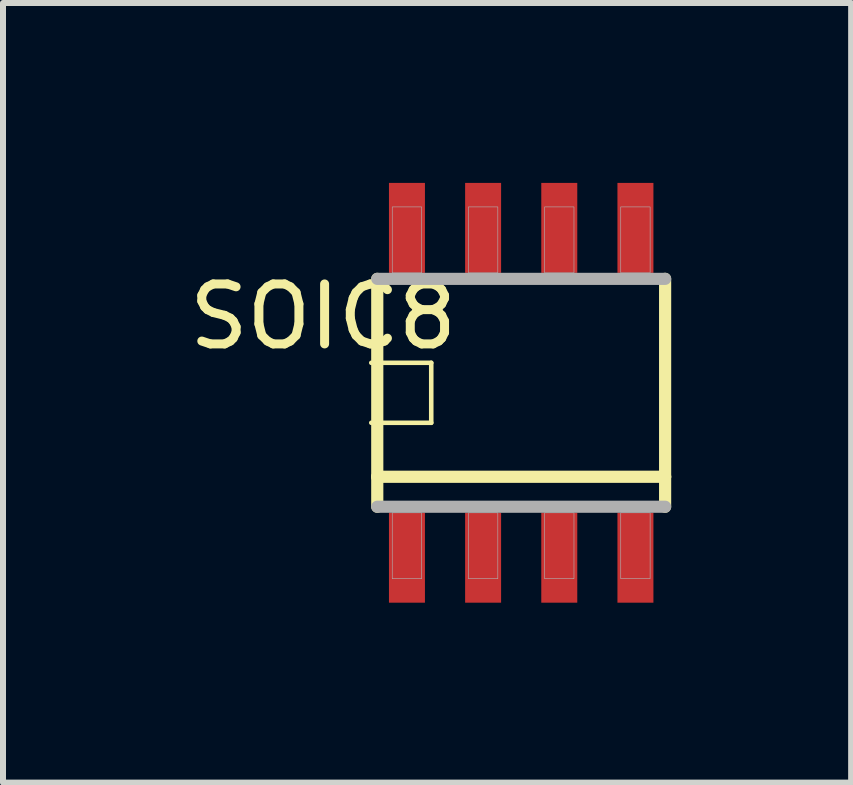
<source format=kicad_pcb>
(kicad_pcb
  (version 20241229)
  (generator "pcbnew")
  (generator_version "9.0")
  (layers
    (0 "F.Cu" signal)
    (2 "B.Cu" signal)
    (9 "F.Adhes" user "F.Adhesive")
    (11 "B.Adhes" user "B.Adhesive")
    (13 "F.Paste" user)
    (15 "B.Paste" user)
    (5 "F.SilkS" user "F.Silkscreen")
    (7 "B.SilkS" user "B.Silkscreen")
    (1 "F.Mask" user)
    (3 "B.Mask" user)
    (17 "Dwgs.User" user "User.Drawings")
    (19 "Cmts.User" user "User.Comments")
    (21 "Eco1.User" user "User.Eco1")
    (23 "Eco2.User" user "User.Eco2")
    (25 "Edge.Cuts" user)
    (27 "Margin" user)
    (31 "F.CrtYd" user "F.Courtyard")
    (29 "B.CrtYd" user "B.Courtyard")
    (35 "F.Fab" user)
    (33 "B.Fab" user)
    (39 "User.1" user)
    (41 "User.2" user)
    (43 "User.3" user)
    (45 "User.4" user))
  (footprint "SOIC8"
    (layer "F.Cu")
    (at 5.641 3.5)
    (property "Reference" "SOIC8" (at -3.302 -1.27 180) (layer "F.SilkS") (effects (font (size 1 1) (thickness 0.15))))
    (attr smd)
    (fp_line (start -2.5 0.5) (end -1.5 0.5) (stroke (width 0.076) (type solid)) (layer "F.SilkS"))
    (fp_line (start -2.4 1.4) (end -2.4 -1.9) (stroke (width 0.203) (type solid)) (layer "F.SilkS"))
    (fp_line (start -2.4 1.9) (end -2.4 1.4) (stroke (width 0.203) (type solid)) (layer "F.SilkS"))
    (fp_line (start -1.5 -0.5) (end -2.5 -0.5) (stroke (width 0.076) (type solid)) (layer "F.SilkS"))
    (fp_line (start -1.5 0.5) (end -1.5 -0.5) (stroke (width 0.076) (type solid)) (layer "F.SilkS"))
    (fp_line (start 2.4 -1.9) (end 2.4 1.4) (stroke (width 0.203) (type solid)) (layer "F.SilkS"))
    (fp_line (start 2.4 1.4) (end -2.4 1.4) (stroke (width 0.203) (type solid)) (layer "F.SilkS"))
    (fp_line (start 2.4 1.4) (end 2.4 1.9) (stroke (width 0.203) (type solid)) (layer "F.SilkS"))
    (fp_line (start -2.4 -1.9) (end 2.4 -1.9) (stroke (width 0.203) (type solid)) (layer "F.Fab"))
    (fp_line (start 2.4 1.9) (end -2.4 1.9) (stroke (width 0.203) (type solid)) (layer "F.Fab"))
    (fp_poly (pts (xy -2.15 -3.1) (xy -1.66 -3.1) (xy -1.66 -2) (xy -2.15 -2)) (stroke (width 0.01) (type solid)) (fill no) (layer "F.Fab"))
    (fp_poly (pts (xy -2.15 2) (xy -1.66 2) (xy -1.66 3.1) (xy -2.15 3.1)) (stroke (width 0.01) (type solid)) (fill no) (layer "F.Fab"))
    (fp_poly (pts (xy -0.88 -3.1) (xy -0.39 -3.1) (xy -0.39 -2) (xy -0.88 -2)) (stroke (width 0.01) (type solid)) (fill no) (layer "F.Fab"))
    (fp_poly (pts (xy -0.88 2) (xy -0.39 2) (xy -0.39 3.1) (xy -0.88 3.1)) (stroke (width 0.01) (type solid)) (fill no) (layer "F.Fab"))
    (fp_poly (pts (xy 0.39 -3.1) (xy 0.88 -3.1) (xy 0.88 -2) (xy 0.39 -2)) (stroke (width 0.01) (type solid)) (fill no) (layer "F.Fab"))
    (fp_poly (pts (xy 0.39 2) (xy 0.88 2) (xy 0.88 3.1) (xy 0.39 3.1)) (stroke (width 0.01) (type solid)) (fill no) (layer "F.Fab"))
    (fp_poly (pts (xy 1.66 -3.1) (xy 2.15 -3.1) (xy 2.15 -2) (xy 1.66 -2)) (stroke (width 0.01) (type solid)) (fill no) (layer "F.Fab"))
    (fp_poly (pts (xy 1.66 2) (xy 2.15 2) (xy 2.15 3.1) (xy 1.66 3.1)) (stroke (width 0.01) (type solid)) (fill no) (layer "F.Fab"))
    (pad "1" smd rect (at -1.905 2.75) (size 0.6 1.5) (layers "F.Cu" "F.Mask" "F.Paste"))
    (pad "2" smd rect (at -0.635 2.75) (size 0.6 1.5) (layers "F.Cu" "F.Mask" "F.Paste"))
    (pad "3" smd rect (at 0.635 2.75) (size 0.6 1.5) (layers "F.Cu" "F.Mask" "F.Paste"))
    (pad "4" smd rect (at 1.905 2.75) (size 0.6 1.5) (layers "F.Cu" "F.Mask" "F.Paste"))
    (pad "5" smd rect (at 1.905 -2.75) (size 0.6 1.5) (layers "F.Cu" "F.Mask" "F.Paste"))
    (pad "6" smd rect (at 0.635 -2.75) (size 0.6 1.5) (layers "F.Cu" "F.Mask" "F.Paste"))
    (pad "7" smd rect (at -0.635 -2.75) (size 0.6 1.5) (layers "F.Cu" "F.Mask" "F.Paste"))
    (pad "8" smd rect (at -1.905 -2.75) (size 0.6 1.5) (layers "F.Cu" "F.Mask" "F.Paste")))
  (gr_rect
    (start -3 -3)
    (end 11.143 10)
    (stroke (width 0.1) (type default))
    (fill no)
    (layer "Edge.Cuts")))
</source>
